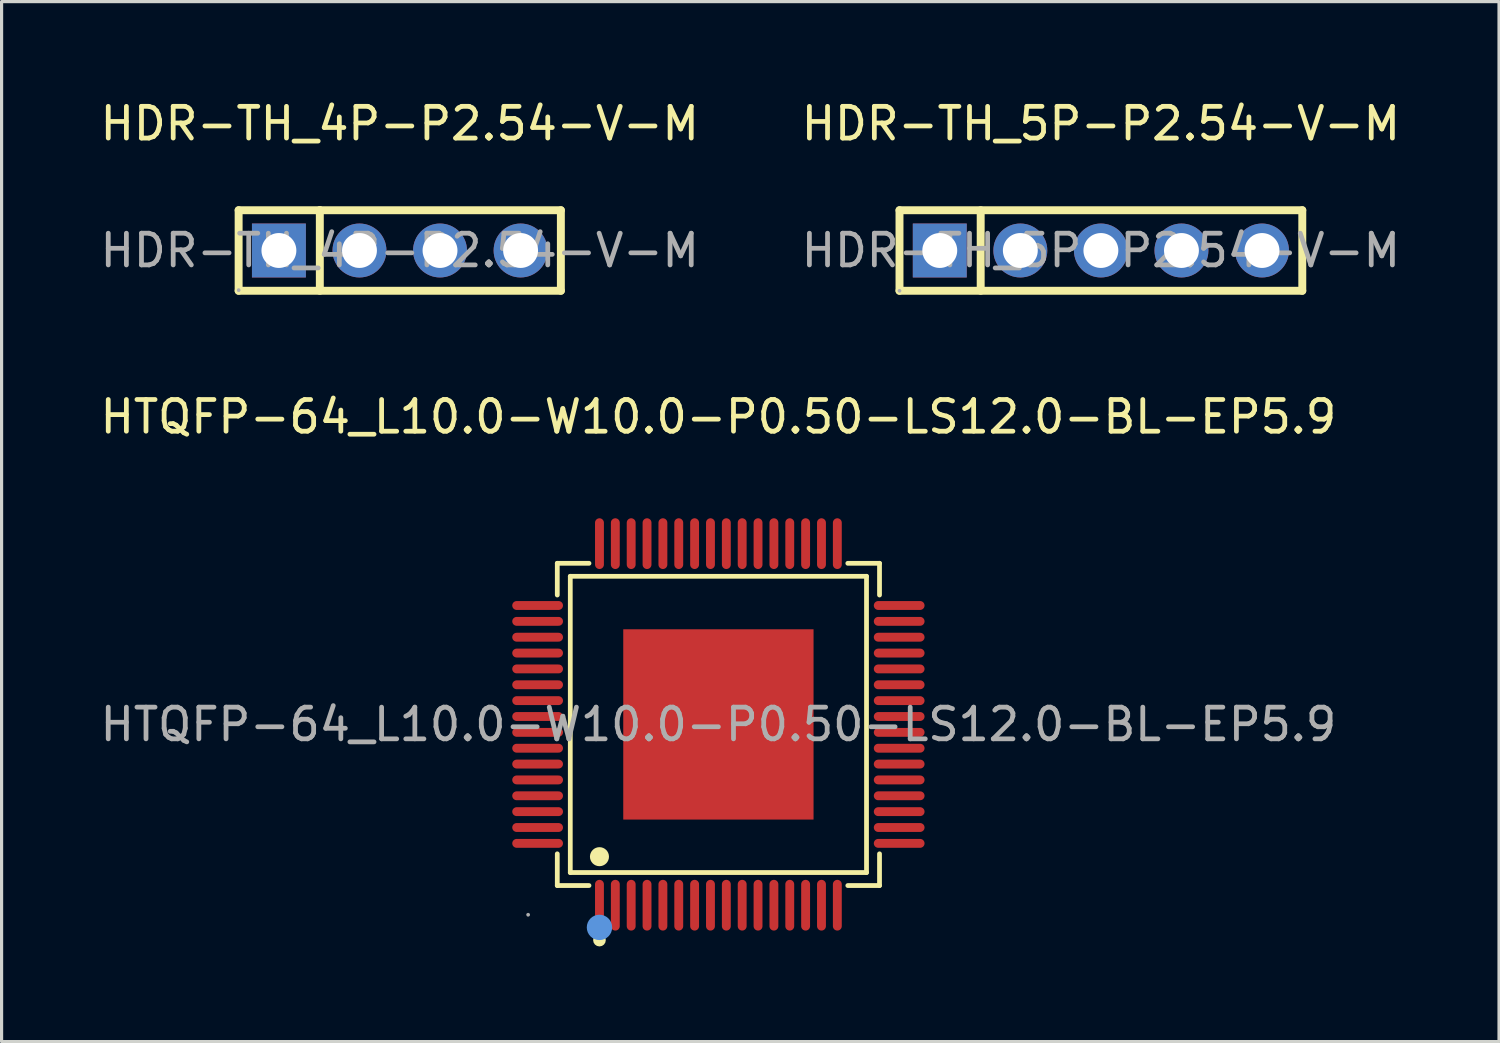
<source format=kicad_pcb>
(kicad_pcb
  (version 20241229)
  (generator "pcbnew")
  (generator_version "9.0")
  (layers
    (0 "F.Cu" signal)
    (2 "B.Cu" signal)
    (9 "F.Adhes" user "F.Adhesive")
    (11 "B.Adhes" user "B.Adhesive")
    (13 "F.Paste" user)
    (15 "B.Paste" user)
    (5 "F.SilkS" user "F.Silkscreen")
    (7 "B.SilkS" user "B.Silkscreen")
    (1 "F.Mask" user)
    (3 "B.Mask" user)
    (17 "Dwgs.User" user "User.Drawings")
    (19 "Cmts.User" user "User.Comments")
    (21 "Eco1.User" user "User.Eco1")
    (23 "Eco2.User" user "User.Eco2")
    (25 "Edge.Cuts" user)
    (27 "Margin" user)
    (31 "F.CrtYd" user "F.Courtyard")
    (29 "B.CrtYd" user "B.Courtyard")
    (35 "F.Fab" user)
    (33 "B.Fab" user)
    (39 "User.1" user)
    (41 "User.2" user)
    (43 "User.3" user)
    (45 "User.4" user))
  (footprint "HDR-TH_4P-P2.54-V-M"
    (layer "F.Cu")
    (at 9.554 4.848)
    (property "Reference" "HDR-TH_4P-P2.54-V-M" (at 0 -4 0) (layer "F.SilkS") (effects (font (size 1 1) (thickness 0.15))))
    (attr through_hole)
    (fp_line (start -5.08 -1.27) (end -2.52 -1.27) (stroke (width 0.25) (type solid)) (layer "F.SilkS"))
    (fp_line (start -5.08 1.27) (end -5.08 -1.27) (stroke (width 0.25) (type solid)) (layer "F.SilkS"))
    (fp_line (start -2.52 -1.27) (end -2.52 1.27) (stroke (width 0.25) (type solid)) (layer "F.SilkS"))
    (fp_line (start -2.52 -1.27) (end 5.08 -1.27) (stroke (width 0.25) (type solid)) (layer "F.SilkS"))
    (fp_line (start 5.08 -1.27) (end 5.08 1.27) (stroke (width 0.25) (type solid)) (layer "F.SilkS"))
    (fp_line (start 5.08 1.27) (end -5.08 1.27) (stroke (width 0.25) (type solid)) (layer "F.SilkS"))
    (fp_circle (center -5.08 1.25) (end -5.05 1.25) (stroke (width 0.06) (type solid)) (fill no) (layer "F.Fab"))
    (fp_text user "${REFERENCE}" (at 0 0 0) (layer "F.Fab") (effects (font (size 1 1) (thickness 0.15))))
    (pad "1" thru_hole rect (at -3.81 0) (size 1.7 1.7) (drill 1.1) (layers "*.Cu" "*.Mask"))
    (pad "2" thru_hole circle (at -1.27 0) (size 1.7 1.7) (drill 1.1) (layers "*.Cu" "*.Mask"))
    (pad "3" thru_hole circle (at 1.27 0) (size 1.7 1.7) (drill 1.1) (layers "*.Cu" "*.Mask"))
    (pad "4" thru_hole circle (at 3.81 0) (size 1.7 1.7) (drill 1.1) (layers "*.Cu" "*.Mask")))
  (footprint "HDR-TH_5P-P2.54-V-M"
    (layer "F.Cu")
    (at 31.661 4.848)
    (property "Reference" "HDR-TH_5P-P2.54-V-M" (at 0 -4 0) (layer "F.SilkS") (effects (font (size 1 1) (thickness 0.15))))
    (attr through_hole)
    (fp_line (start -6.35 -1.27) (end 6.35 -1.27) (stroke (width 0.25) (type solid)) (layer "F.SilkS"))
    (fp_line (start -6.35 1.27) (end -6.35 -1.27) (stroke (width 0.25) (type solid)) (layer "F.SilkS"))
    (fp_line (start -3.79 -1.27) (end -3.79 1.27) (stroke (width 0.25) (type solid)) (layer "F.SilkS"))
    (fp_line (start 6.35 -1.27) (end 6.35 1.27) (stroke (width 0.25) (type solid)) (layer "F.SilkS"))
    (fp_line (start 6.35 1.27) (end -6.35 1.27) (stroke (width 0.25) (type solid)) (layer "F.SilkS"))
    (fp_circle (center -6.35 1.27) (end -6.32 1.27) (stroke (width 0.06) (type solid)) (fill no) (layer "F.Fab"))
    (fp_text user "${REFERENCE}" (at 0 0 0) (layer "F.Fab") (effects (font (size 1 1) (thickness 0.15))))
    (pad "1" thru_hole rect (at -5.08 0) (size 1.7 1.7) (drill 1.1) (layers "*.Cu" "*.Mask"))
    (pad "2" thru_hole circle (at -2.54 0) (size 1.7 1.7) (drill 1.1) (layers "*.Cu" "*.Mask"))
    (pad "3" thru_hole circle (at 0 0) (size 1.7 1.7) (drill 1.1) (layers "*.Cu" "*.Mask"))
    (pad "4" thru_hole circle (at 2.54 0) (size 1.7 1.7) (drill 1.1) (layers "*.Cu" "*.Mask"))
    (pad "5" thru_hole circle (at 5.08 0) (size 1.7 1.7) (drill 1.1) (layers "*.Cu" "*.Mask")))
  (footprint "HTQFP-64_L10.0-W10.0-P0.50-LS12.0-BL-EP5.9"
    (layer "F.Cu")
    (at 19.601 19.791)
    (property "Reference" "HTQFP-64_L10.0-W10.0-P0.50-LS12.0-BL-EP5.9" (at 0 -9.7 0) (layer "F.SilkS") (effects (font (size 1 1) (thickness 0.15))))
    (attr smd)
    (fp_line (start -5.08 -5.08) (end -4.08 -5.08) (stroke (width 0.15) (type solid)) (layer "F.SilkS"))
    (fp_line (start -5.08 -4.08) (end -5.08 -5.08) (stroke (width 0.15) (type solid)) (layer "F.SilkS"))
    (fp_line (start -5.08 4.08) (end -5.08 5.08) (stroke (width 0.15) (type solid)) (layer "F.SilkS"))
    (fp_line (start -5.08 5.08) (end -4.08 5.08) (stroke (width 0.15) (type solid)) (layer "F.SilkS"))
    (fp_line (start -4.67 -4.67) (end 4.67 -4.67) (stroke (width 0.15) (type solid)) (layer "F.SilkS"))
    (fp_line (start -4.67 4.67) (end -4.67 -4.67) (stroke (width 0.15) (type solid)) (layer "F.SilkS"))
    (fp_line (start 4.67 -4.67) (end 4.67 4.67) (stroke (width 0.15) (type solid)) (layer "F.SilkS"))
    (fp_line (start 4.67 4.67) (end -4.67 4.67) (stroke (width 0.15) (type solid)) (layer "F.SilkS"))
    (fp_line (start 5.08 -5.08) (end 4.08 -5.08) (stroke (width 0.15) (type solid)) (layer "F.SilkS"))
    (fp_line (start 5.08 -4.08) (end 5.08 -5.08) (stroke (width 0.15) (type solid)) (layer "F.SilkS"))
    (fp_line (start 5.08 4.08) (end 5.08 5.08) (stroke (width 0.15) (type solid)) (layer "F.SilkS"))
    (fp_line (start 5.08 5.08) (end 4.08 5.08) (stroke (width 0.15) (type solid)) (layer "F.SilkS"))
    (fp_circle (center -3.75 4.17) (end -3.6 4.17) (stroke (width 0.3) (type solid)) (fill no) (layer "F.SilkS"))
    (fp_circle (center -3.75 6.8) (end -3.65 6.8) (stroke (width 0.2) (type solid)) (fill no) (layer "F.SilkS"))
    (fp_circle (center -3.75 6.4) (end -3.55 6.4) (stroke (width 0.4) (type solid)) (fill no) (layer "Cmts.User"))
    (fp_circle (center -6 6) (end -5.97 6) (stroke (width 0.06) (type solid)) (fill no) (layer "F.Fab"))
    (fp_text user "${REFERENCE}" (at 0 0 0) (layer "F.Fab") (effects (font (size 1 1) (thickness 0.15))))
    (pad "1" smd oval (at -3.75 5.7) (size 0.28 1.6) (layers "F.Cu" "F.Mask" "F.Paste"))
    (pad "2" smd oval (at -3.25 5.7) (size 0.28 1.6) (layers "F.Cu" "F.Mask" "F.Paste"))
    (pad "3" smd oval (at -2.75 5.7) (size 0.28 1.6) (layers "F.Cu" "F.Mask" "F.Paste"))
    (pad "4" smd oval (at -2.25 5.7) (size 0.28 1.6) (layers "F.Cu" "F.Mask" "F.Paste"))
    (pad "5" smd oval (at -1.75 5.7) (size 0.28 1.6) (layers "F.Cu" "F.Mask" "F.Paste"))
    (pad "6" smd oval (at -1.25 5.7) (size 0.28 1.6) (layers "F.Cu" "F.Mask" "F.Paste"))
    (pad "7" smd oval (at -0.75 5.7) (size 0.28 1.6) (layers "F.Cu" "F.Mask" "F.Paste"))
    (pad "8" smd oval (at -0.25 5.7) (size 0.28 1.6) (layers "F.Cu" "F.Mask" "F.Paste"))
    (pad "9" smd oval (at 0.25 5.7) (size 0.28 1.6) (layers "F.Cu" "F.Mask" "F.Paste"))
    (pad "10" smd oval (at 0.75 5.7) (size 0.28 1.6) (layers "F.Cu" "F.Mask" "F.Paste"))
    (pad "11" smd oval (at 1.25 5.7) (size 0.28 1.6) (layers "F.Cu" "F.Mask" "F.Paste"))
    (pad "12" smd oval (at 1.75 5.7) (size 0.28 1.6) (layers "F.Cu" "F.Mask" "F.Paste"))
    (pad "13" smd oval (at 2.25 5.7) (size 0.28 1.6) (layers "F.Cu" "F.Mask" "F.Paste"))
    (pad "14" smd oval (at 2.75 5.7) (size 0.28 1.6) (layers "F.Cu" "F.Mask" "F.Paste"))
    (pad "15" smd oval (at 3.25 5.7) (size 0.28 1.6) (layers "F.Cu" "F.Mask" "F.Paste"))
    (pad "16" smd oval (at 3.75 5.7) (size 0.28 1.6) (layers "F.Cu" "F.Mask" "F.Paste"))
    (pad "17" smd oval (at 5.7 3.75) (size 1.6 0.28) (layers "F.Cu" "F.Mask" "F.Paste"))
    (pad "18" smd oval (at 5.7 3.25) (size 1.6 0.28) (layers "F.Cu" "F.Mask" "F.Paste"))
    (pad "19" smd oval (at 5.7 2.75) (size 1.6 0.28) (layers "F.Cu" "F.Mask" "F.Paste"))
    (pad "20" smd oval (at 5.7 2.25) (size 1.6 0.28) (layers "F.Cu" "F.Mask" "F.Paste"))
    (pad "21" smd oval (at 5.7 1.75) (size 1.6 0.28) (layers "F.Cu" "F.Mask" "F.Paste"))
    (pad "22" smd oval (at 5.7 1.25) (size 1.6 0.28) (layers "F.Cu" "F.Mask" "F.Paste"))
    (pad "23" smd oval (at 5.7 0.75) (size 1.6 0.28) (layers "F.Cu" "F.Mask" "F.Paste"))
    (pad "24" smd oval (at 5.7 0.25) (size 1.6 0.28) (layers "F.Cu" "F.Mask" "F.Paste"))
    (pad "25" smd oval (at 5.7 -0.25) (size 1.6 0.28) (layers "F.Cu" "F.Mask" "F.Paste"))
    (pad "26" smd oval (at 5.7 -0.75) (size 1.6 0.28) (layers "F.Cu" "F.Mask" "F.Paste"))
    (pad "27" smd oval (at 5.7 -1.25) (size 1.6 0.28) (layers "F.Cu" "F.Mask" "F.Paste"))
    (pad "28" smd oval (at 5.7 -1.75) (size 1.6 0.28) (layers "F.Cu" "F.Mask" "F.Paste"))
    (pad "29" smd oval (at 5.7 -2.25) (size 1.6 0.28) (layers "F.Cu" "F.Mask" "F.Paste"))
    (pad "30" smd oval (at 5.7 -2.75) (size 1.6 0.28) (layers "F.Cu" "F.Mask" "F.Paste"))
    (pad "31" smd oval (at 5.7 -3.25) (size 1.6 0.28) (layers "F.Cu" "F.Mask" "F.Paste"))
    (pad "32" smd oval (at 5.7 -3.75) (size 1.6 0.28) (layers "F.Cu" "F.Mask" "F.Paste"))
    (pad "33" smd oval (at 3.75 -5.7) (size 0.28 1.6) (layers "F.Cu" "F.Mask" "F.Paste"))
    (pad "34" smd oval (at 3.25 -5.7) (size 0.28 1.6) (layers "F.Cu" "F.Mask" "F.Paste"))
    (pad "35" smd oval (at 2.75 -5.7) (size 0.28 1.6) (layers "F.Cu" "F.Mask" "F.Paste"))
    (pad "36" smd oval (at 2.25 -5.7) (size 0.28 1.6) (layers "F.Cu" "F.Mask" "F.Paste"))
    (pad "37" smd oval (at 1.75 -5.7) (size 0.28 1.6) (layers "F.Cu" "F.Mask" "F.Paste"))
    (pad "38" smd oval (at 1.25 -5.7) (size 0.28 1.6) (layers "F.Cu" "F.Mask" "F.Paste"))
    (pad "39" smd oval (at 0.75 -5.7) (size 0.28 1.6) (layers "F.Cu" "F.Mask" "F.Paste"))
    (pad "40" smd oval (at 0.25 -5.7) (size 0.28 1.6) (layers "F.Cu" "F.Mask" "F.Paste"))
    (pad "41" smd oval (at -0.25 -5.7) (size 0.28 1.6) (layers "F.Cu" "F.Mask" "F.Paste"))
    (pad "42" smd oval (at -0.75 -5.7) (size 0.28 1.6) (layers "F.Cu" "F.Mask" "F.Paste"))
    (pad "43" smd oval (at -1.25 -5.7) (size 0.28 1.6) (layers "F.Cu" "F.Mask" "F.Paste"))
    (pad "44" smd oval (at -1.75 -5.7) (size 0.28 1.6) (layers "F.Cu" "F.Mask" "F.Paste"))
    (pad "45" smd oval (at -2.25 -5.7) (size 0.28 1.6) (layers "F.Cu" "F.Mask" "F.Paste"))
    (pad "46" smd oval (at -2.75 -5.7) (size 0.28 1.6) (layers "F.Cu" "F.Mask" "F.Paste"))
    (pad "47" smd oval (at -3.25 -5.7) (size 0.28 1.6) (layers "F.Cu" "F.Mask" "F.Paste"))
    (pad "48" smd oval (at -3.75 -5.7) (size 0.28 1.6) (layers "F.Cu" "F.Mask" "F.Paste"))
    (pad "49" smd oval (at -5.7 -3.75) (size 1.6 0.28) (layers "F.Cu" "F.Mask" "F.Paste"))
    (pad "50" smd oval (at -5.7 -3.25) (size 1.6 0.28) (layers "F.Cu" "F.Mask" "F.Paste"))
    (pad "51" smd oval (at -5.7 -2.75) (size 1.6 0.28) (layers "F.Cu" "F.Mask" "F.Paste"))
    (pad "52" smd oval (at -5.7 -2.25) (size 1.6 0.28) (layers "F.Cu" "F.Mask" "F.Paste"))
    (pad "53" smd oval (at -5.7 -1.75) (size 1.6 0.28) (layers "F.Cu" "F.Mask" "F.Paste"))
    (pad "54" smd oval (at -5.7 -1.25) (size 1.6 0.28) (layers "F.Cu" "F.Mask" "F.Paste"))
    (pad "55" smd oval (at -5.7 -0.75) (size 1.6 0.28) (layers "F.Cu" "F.Mask" "F.Paste"))
    (pad "56" smd oval (at -5.7 -0.25) (size 1.6 0.28) (layers "F.Cu" "F.Mask" "F.Paste"))
    (pad "57" smd oval (at -5.7 0.25) (size 1.6 0.28) (layers "F.Cu" "F.Mask" "F.Paste"))
    (pad "58" smd oval (at -5.7 0.75) (size 1.6 0.28) (layers "F.Cu" "F.Mask" "F.Paste"))
    (pad "59" smd oval (at -5.7 1.25) (size 1.6 0.28) (layers "F.Cu" "F.Mask" "F.Paste"))
    (pad "60" smd oval (at -5.7 1.75) (size 1.6 0.28) (layers "F.Cu" "F.Mask" "F.Paste"))
    (pad "61" smd oval (at -5.7 2.25) (size 1.6 0.28) (layers "F.Cu" "F.Mask" "F.Paste"))
    (pad "62" smd oval (at -5.7 2.75) (size 1.6 0.28) (layers "F.Cu" "F.Mask" "F.Paste"))
    (pad "63" smd oval (at -5.7 3.25) (size 1.6 0.28) (layers "F.Cu" "F.Mask" "F.Paste"))
    (pad "64" smd oval (at -5.7 3.75) (size 1.6 0.28) (layers "F.Cu" "F.Mask" "F.Paste"))
    (pad "65" smd rect (at 0 0) (size 6 6) (layers "F.Cu" "F.Mask" "F.Paste")))
  (gr_rect
    (start -3 -3)
    (end 44.214 29.791)
    (stroke (width 0.1) (type default))
    (fill no)
    (layer "Edge.Cuts")))
</source>
